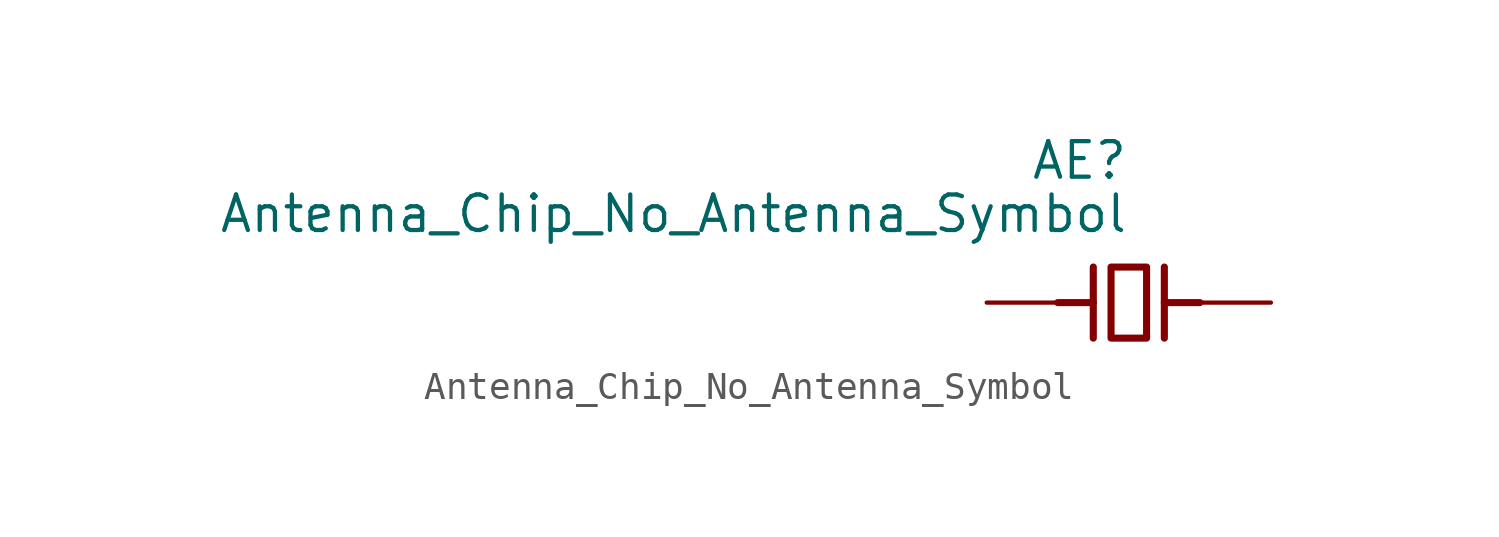
<source format=kicad_sym>
(kicad_symbol_lib
  (version 20211014)
  (generator kicad_symbol_editor)
  (symbol "Antenna_Chip_No_Antenna_Symbol"
    (pin_numbers hide)
    (pin_names
      (offset 1.016) hide)
    (property "Reference" "AE"
      (at 0 5.08 0)
      (effects (font (size 1.27 1.27)) (justify right)))
    (property "Value" "Antenna_Chip_No_Antenna_Symbol"
      (at 0 3.175 0)
      (effects (font (size 1.27 1.27)) (justify right)))
    (symbol "Antenna_Chip_No_Antenna_Symbol_0_1"
      (polyline (pts (xy -2.54 0) (xy -1.27 0)) (stroke (width 0.254) (type default) (color 0 0 0 0)) (fill (type none)))
      (polyline (pts (xy 1.27 0) (xy 2.54 0)) (stroke (width 0.254) (type default) (color 0 0 0 0)) (fill (type none)))
      (polyline (pts (xy 1.27 1.27) (xy 1.27 -1.27)) (stroke (width 0.254) (type default) (color 0 0 0 0)) (fill (type none)))
      (polyline (pts (xy -1.27 1.27) (xy -1.27 -1.27) (xy -1.27 0)) (stroke (width 0.254) (type default) (color 0 0 0 0)) (fill (type none)))
      (polyline (pts (xy -0.635 1.27) (xy 0.635 1.27) (xy 0.635 -1.27) (xy -0.635 -1.27) (xy -0.635 1.27)) (stroke (width 0.254) (type default) (color 0 0 0 0)) (fill (type none))))
    (symbol "Antenna_Chip_No_Antenna_Symbol_1_1"
      (pin passive line (at 5.08 0 180) (length 2.54) (name "PCB_Trace" (effects (font (size 1.27 1.27)))) (number "1" (effects (font (size 1.27 1.27)))))
      (pin input line (at -5.08 0 0) (length 2.54) (name "FEED" (effects (font (size 1.27 1.27)))) (number "4" (effects (font (size 1.27 1.27))))))))
</source>
